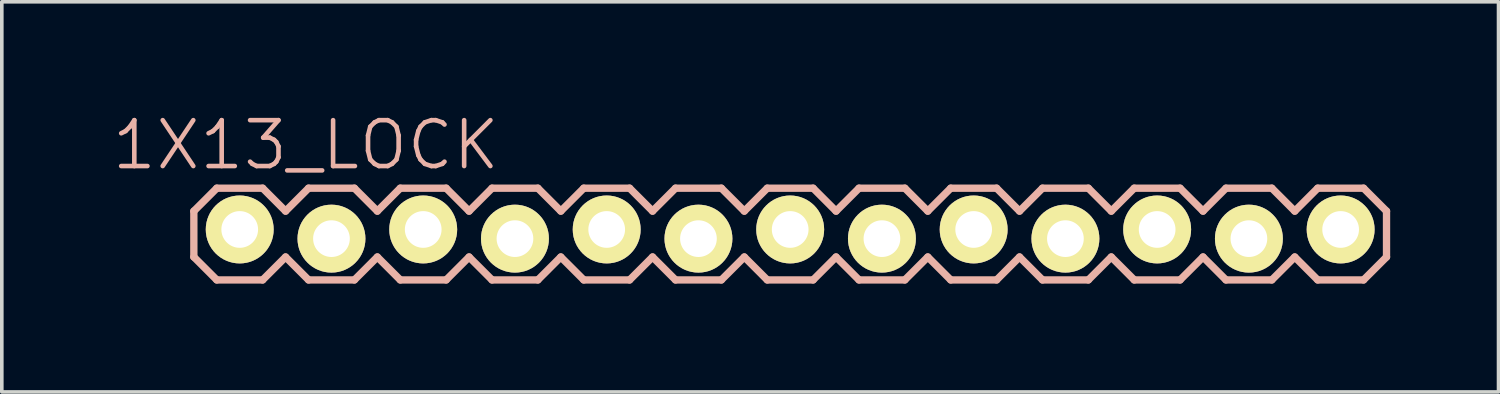
<source format=kicad_pcb>
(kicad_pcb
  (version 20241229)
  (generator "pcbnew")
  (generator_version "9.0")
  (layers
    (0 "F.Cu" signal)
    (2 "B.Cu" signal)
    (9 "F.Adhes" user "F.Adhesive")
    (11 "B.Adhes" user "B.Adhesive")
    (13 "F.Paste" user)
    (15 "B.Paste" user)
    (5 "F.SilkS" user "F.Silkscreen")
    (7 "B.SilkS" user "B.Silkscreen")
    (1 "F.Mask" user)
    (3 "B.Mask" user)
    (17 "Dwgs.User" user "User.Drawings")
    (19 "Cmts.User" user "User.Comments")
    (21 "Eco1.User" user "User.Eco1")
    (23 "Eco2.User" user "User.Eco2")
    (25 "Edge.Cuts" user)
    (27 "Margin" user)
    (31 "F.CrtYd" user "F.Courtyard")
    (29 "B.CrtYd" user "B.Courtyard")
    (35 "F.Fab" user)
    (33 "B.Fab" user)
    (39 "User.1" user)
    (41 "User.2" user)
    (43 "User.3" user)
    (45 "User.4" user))
  (footprint "1X13_LOCK"
    (layer "F.Cu")
    (at 3.587 3.43)
    (property "Reference" "1X13_LOCK" (at 1.829 -2.464 0) (layer "B.SilkS") (effects (font (size 1.27 1.27) (thickness 0.127))))
    (attr exclude_from_pos_files exclude_from_bom)
    (fp_line (start -0.254 -0.254) (end 0.254 -0.254) (stroke (width 0.066) (type solid)) (layer "F.SilkS"))
    (fp_line (start -0.254 0.254) (end -0.254 -0.254) (stroke (width 0.066) (type solid)) (layer "F.SilkS"))
    (fp_line (start -0.254 0.254) (end 0.254 0.254) (stroke (width 0.066) (type solid)) (layer "F.SilkS"))
    (fp_line (start 0.254 0.254) (end 0.254 -0.254) (stroke (width 0.066) (type solid)) (layer "F.SilkS"))
    (fp_line (start 2.286 -0.254) (end 2.794 -0.254) (stroke (width 0.066) (type solid)) (layer "F.SilkS"))
    (fp_line (start 2.286 0.254) (end 2.286 -0.254) (stroke (width 0.066) (type solid)) (layer "F.SilkS"))
    (fp_line (start 2.286 0.254) (end 2.794 0.254) (stroke (width 0.066) (type solid)) (layer "F.SilkS"))
    (fp_line (start 2.794 0.254) (end 2.794 -0.254) (stroke (width 0.066) (type solid)) (layer "F.SilkS"))
    (fp_line (start 4.826 -0.254) (end 5.334 -0.254) (stroke (width 0.066) (type solid)) (layer "F.SilkS"))
    (fp_line (start 4.826 0.254) (end 4.826 -0.254) (stroke (width 0.066) (type solid)) (layer "F.SilkS"))
    (fp_line (start 4.826 0.254) (end 5.334 0.254) (stroke (width 0.066) (type solid)) (layer "F.SilkS"))
    (fp_line (start 5.334 0.254) (end 5.334 -0.254) (stroke (width 0.066) (type solid)) (layer "F.SilkS"))
    (fp_line (start 7.366 -0.254) (end 7.874 -0.254) (stroke (width 0.066) (type solid)) (layer "F.SilkS"))
    (fp_line (start 7.366 0.254) (end 7.366 -0.254) (stroke (width 0.066) (type solid)) (layer "F.SilkS"))
    (fp_line (start 7.366 0.254) (end 7.874 0.254) (stroke (width 0.066) (type solid)) (layer "F.SilkS"))
    (fp_line (start 7.874 0.254) (end 7.874 -0.254) (stroke (width 0.066) (type solid)) (layer "F.SilkS"))
    (fp_line (start 9.906 -0.254) (end 10.414 -0.254) (stroke (width 0.066) (type solid)) (layer "F.SilkS"))
    (fp_line (start 9.906 0.254) (end 9.906 -0.254) (stroke (width 0.066) (type solid)) (layer "F.SilkS"))
    (fp_line (start 9.906 0.254) (end 10.414 0.254) (stroke (width 0.066) (type solid)) (layer "F.SilkS"))
    (fp_line (start 10.414 0.254) (end 10.414 -0.254) (stroke (width 0.066) (type solid)) (layer "F.SilkS"))
    (fp_line (start 12.446 -0.254) (end 12.954 -0.254) (stroke (width 0.066) (type solid)) (layer "F.SilkS"))
    (fp_line (start 12.446 0.254) (end 12.446 -0.254) (stroke (width 0.066) (type solid)) (layer "F.SilkS"))
    (fp_line (start 12.446 0.254) (end 12.954 0.254) (stroke (width 0.066) (type solid)) (layer "F.SilkS"))
    (fp_line (start 12.954 0.254) (end 12.954 -0.254) (stroke (width 0.066) (type solid)) (layer "F.SilkS"))
    (fp_line (start 14.986 -0.254) (end 15.494 -0.254) (stroke (width 0.066) (type solid)) (layer "F.SilkS"))
    (fp_line (start 14.986 0.254) (end 14.986 -0.254) (stroke (width 0.066) (type solid)) (layer "F.SilkS"))
    (fp_line (start 14.986 0.254) (end 15.494 0.254) (stroke (width 0.066) (type solid)) (layer "F.SilkS"))
    (fp_line (start 15.494 0.254) (end 15.494 -0.254) (stroke (width 0.066) (type solid)) (layer "F.SilkS"))
    (fp_line (start 17.523 -0.254) (end 18.034 -0.254) (stroke (width 0.066) (type solid)) (layer "F.SilkS"))
    (fp_line (start 17.523 0.254) (end 17.523 -0.254) (stroke (width 0.066) (type solid)) (layer "F.SilkS"))
    (fp_line (start 17.523 0.254) (end 18.034 0.254) (stroke (width 0.066) (type solid)) (layer "F.SilkS"))
    (fp_line (start 18.034 0.254) (end 18.034 -0.254) (stroke (width 0.066) (type solid)) (layer "F.SilkS"))
    (fp_line (start 20.066 -0.254) (end 20.574 -0.254) (stroke (width 0.066) (type solid)) (layer "F.SilkS"))
    (fp_line (start 20.066 0.254) (end 20.066 -0.254) (stroke (width 0.066) (type solid)) (layer "F.SilkS"))
    (fp_line (start 20.066 0.254) (end 20.574 0.254) (stroke (width 0.066) (type solid)) (layer "F.SilkS"))
    (fp_line (start 20.574 0.254) (end 20.574 -0.254) (stroke (width 0.066) (type solid)) (layer "F.SilkS"))
    (fp_line (start 22.606 -0.254) (end 23.114 -0.254) (stroke (width 0.066) (type solid)) (layer "F.SilkS"))
    (fp_line (start 22.606 0.254) (end 22.606 -0.254) (stroke (width 0.066) (type solid)) (layer "F.SilkS"))
    (fp_line (start 22.606 0.254) (end 23.114 0.254) (stroke (width 0.066) (type solid)) (layer "F.SilkS"))
    (fp_line (start 23.114 0.254) (end 23.114 -0.254) (stroke (width 0.066) (type solid)) (layer "F.SilkS"))
    (fp_line (start 25.146 -0.254) (end 25.654 -0.254) (stroke (width 0.066) (type solid)) (layer "F.SilkS"))
    (fp_line (start 25.146 0.254) (end 25.146 -0.254) (stroke (width 0.066) (type solid)) (layer "F.SilkS"))
    (fp_line (start 25.146 0.254) (end 25.654 0.254) (stroke (width 0.066) (type solid)) (layer "F.SilkS"))
    (fp_line (start 25.654 0.254) (end 25.654 -0.254) (stroke (width 0.066) (type solid)) (layer "F.SilkS"))
    (fp_line (start 27.686 -0.254) (end 28.194 -0.254) (stroke (width 0.066) (type solid)) (layer "F.SilkS"))
    (fp_line (start 27.686 0.254) (end 27.686 -0.254) (stroke (width 0.066) (type solid)) (layer "F.SilkS"))
    (fp_line (start 27.686 0.254) (end 28.194 0.254) (stroke (width 0.066) (type solid)) (layer "F.SilkS"))
    (fp_line (start 28.194 0.254) (end 28.194 -0.254) (stroke (width 0.066) (type solid)) (layer "F.SilkS"))
    (fp_line (start 30.226 -0.254) (end 30.734 -0.254) (stroke (width 0.066) (type solid)) (layer "F.SilkS"))
    (fp_line (start 30.226 0.254) (end 30.226 -0.254) (stroke (width 0.066) (type solid)) (layer "F.SilkS"))
    (fp_line (start 30.226 0.254) (end 30.734 0.254) (stroke (width 0.066) (type solid)) (layer "F.SilkS"))
    (fp_line (start 30.734 0.254) (end 30.734 -0.254) (stroke (width 0.066) (type solid)) (layer "F.SilkS"))
    (fp_line (start -1.27 -0.635) (end -1.27 0.635) (stroke (width 0.203) (type solid)) (layer "B.SilkS"))
    (fp_line (start -1.27 0.635) (end -0.635 1.27) (stroke (width 0.203) (type solid)) (layer "B.SilkS"))
    (fp_line (start -0.635 -1.27) (end -1.27 -0.635) (stroke (width 0.203) (type solid)) (layer "B.SilkS"))
    (fp_line (start -0.635 -1.27) (end 0.635 -1.27) (stroke (width 0.203) (type solid)) (layer "B.SilkS"))
    (fp_line (start 0.635 -1.27) (end 1.27 -0.635) (stroke (width 0.203) (type solid)) (layer "B.SilkS"))
    (fp_line (start 0.635 1.27) (end -0.635 1.27) (stroke (width 0.203) (type solid)) (layer "B.SilkS"))
    (fp_line (start 1.27 -0.635) (end 1.905 -1.27) (stroke (width 0.203) (type solid)) (layer "B.SilkS"))
    (fp_line (start 1.27 0.635) (end 0.635 1.27) (stroke (width 0.203) (type solid)) (layer "B.SilkS"))
    (fp_line (start 1.905 -1.27) (end 3.175 -1.27) (stroke (width 0.203) (type solid)) (layer "B.SilkS"))
    (fp_line (start 1.905 1.27) (end 1.27 0.635) (stroke (width 0.203) (type solid)) (layer "B.SilkS"))
    (fp_line (start 3.175 -1.27) (end 3.81 -0.635) (stroke (width 0.203) (type solid)) (layer "B.SilkS"))
    (fp_line (start 3.175 1.27) (end 1.905 1.27) (stroke (width 0.203) (type solid)) (layer "B.SilkS"))
    (fp_line (start 3.81 -0.635) (end 4.445 -1.27) (stroke (width 0.203) (type solid)) (layer "B.SilkS"))
    (fp_line (start 3.81 0.635) (end 3.175 1.27) (stroke (width 0.203) (type solid)) (layer "B.SilkS"))
    (fp_line (start 4.445 -1.27) (end 5.715 -1.27) (stroke (width 0.203) (type solid)) (layer "B.SilkS"))
    (fp_line (start 4.445 1.27) (end 3.81 0.635) (stroke (width 0.203) (type solid)) (layer "B.SilkS"))
    (fp_line (start 5.715 -1.27) (end 6.35 -0.635) (stroke (width 0.203) (type solid)) (layer "B.SilkS"))
    (fp_line (start 5.715 1.27) (end 4.445 1.27) (stroke (width 0.203) (type solid)) (layer "B.SilkS"))
    (fp_line (start 6.35 0.635) (end 5.715 1.27) (stroke (width 0.203) (type solid)) (layer "B.SilkS"))
    (fp_line (start 6.35 0.635) (end 6.985 1.27) (stroke (width 0.203) (type solid)) (layer "B.SilkS"))
    (fp_line (start 6.985 -1.27) (end 6.35 -0.635) (stroke (width 0.203) (type solid)) (layer "B.SilkS"))
    (fp_line (start 6.985 -1.27) (end 8.255 -1.27) (stroke (width 0.203) (type solid)) (layer "B.SilkS"))
    (fp_line (start 8.255 -1.27) (end 8.89 -0.635) (stroke (width 0.203) (type solid)) (layer "B.SilkS"))
    (fp_line (start 8.255 1.27) (end 6.985 1.27) (stroke (width 0.203) (type solid)) (layer "B.SilkS"))
    (fp_line (start 8.89 -0.635) (end 9.525 -1.27) (stroke (width 0.203) (type solid)) (layer "B.SilkS"))
    (fp_line (start 8.89 0.635) (end 8.255 1.27) (stroke (width 0.203) (type solid)) (layer "B.SilkS"))
    (fp_line (start 9.525 -1.27) (end 10.795 -1.27) (stroke (width 0.203) (type solid)) (layer "B.SilkS"))
    (fp_line (start 9.525 1.27) (end 8.89 0.635) (stroke (width 0.203) (type solid)) (layer "B.SilkS"))
    (fp_line (start 10.795 -1.27) (end 11.43 -0.635) (stroke (width 0.203) (type solid)) (layer "B.SilkS"))
    (fp_line (start 10.795 1.27) (end 9.525 1.27) (stroke (width 0.203) (type solid)) (layer "B.SilkS"))
    (fp_line (start 11.43 -0.635) (end 12.065 -1.27) (stroke (width 0.203) (type solid)) (layer "B.SilkS"))
    (fp_line (start 11.43 0.635) (end 10.795 1.27) (stroke (width 0.203) (type solid)) (layer "B.SilkS"))
    (fp_line (start 12.065 -1.27) (end 13.335 -1.27) (stroke (width 0.203) (type solid)) (layer "B.SilkS"))
    (fp_line (start 12.065 1.27) (end 11.43 0.635) (stroke (width 0.203) (type solid)) (layer "B.SilkS"))
    (fp_line (start 13.335 -1.27) (end 13.97 -0.635) (stroke (width 0.203) (type solid)) (layer "B.SilkS"))
    (fp_line (start 13.335 1.27) (end 12.065 1.27) (stroke (width 0.203) (type solid)) (layer "B.SilkS"))
    (fp_line (start 13.97 0.635) (end 13.335 1.27) (stroke (width 0.203) (type solid)) (layer "B.SilkS"))
    (fp_line (start 13.97 0.635) (end 14.605 1.27) (stroke (width 0.203) (type solid)) (layer "B.SilkS"))
    (fp_line (start 14.605 -1.27) (end 13.97 -0.635) (stroke (width 0.203) (type solid)) (layer "B.SilkS"))
    (fp_line (start 14.605 -1.27) (end 15.875 -1.27) (stroke (width 0.203) (type solid)) (layer "B.SilkS"))
    (fp_line (start 15.875 -1.27) (end 16.51 -0.635) (stroke (width 0.203) (type solid)) (layer "B.SilkS"))
    (fp_line (start 15.875 1.27) (end 14.605 1.27) (stroke (width 0.203) (type solid)) (layer "B.SilkS"))
    (fp_line (start 16.51 0.635) (end 15.875 1.27) (stroke (width 0.203) (type solid)) (layer "B.SilkS"))
    (fp_line (start 16.51 0.635) (end 17.145 1.27) (stroke (width 0.203) (type solid)) (layer "B.SilkS"))
    (fp_line (start 17.145 -1.27) (end 16.51 -0.635) (stroke (width 0.203) (type solid)) (layer "B.SilkS"))
    (fp_line (start 17.145 -1.27) (end 18.415 -1.27) (stroke (width 0.203) (type solid)) (layer "B.SilkS"))
    (fp_line (start 18.415 -1.27) (end 19.05 -0.635) (stroke (width 0.203) (type solid)) (layer "B.SilkS"))
    (fp_line (start 18.415 1.27) (end 17.145 1.27) (stroke (width 0.203) (type solid)) (layer "B.SilkS"))
    (fp_line (start 19.05 0.635) (end 18.415 1.27) (stroke (width 0.203) (type solid)) (layer "B.SilkS"))
    (fp_line (start 19.05 0.635) (end 19.685 1.27) (stroke (width 0.203) (type solid)) (layer "B.SilkS"))
    (fp_line (start 19.685 -1.27) (end 19.05 -0.635) (stroke (width 0.203) (type solid)) (layer "B.SilkS"))
    (fp_line (start 19.685 -1.27) (end 20.955 -1.27) (stroke (width 0.203) (type solid)) (layer "B.SilkS"))
    (fp_line (start 20.955 -1.27) (end 21.59 -0.635) (stroke (width 0.203) (type solid)) (layer "B.SilkS"))
    (fp_line (start 20.955 1.27) (end 19.685 1.27) (stroke (width 0.203) (type solid)) (layer "B.SilkS"))
    (fp_line (start 21.59 0.635) (end 20.955 1.27) (stroke (width 0.203) (type solid)) (layer "B.SilkS"))
    (fp_line (start 21.59 0.635) (end 22.225 1.27) (stroke (width 0.203) (type solid)) (layer "B.SilkS"))
    (fp_line (start 22.225 -1.27) (end 21.59 -0.635) (stroke (width 0.203) (type solid)) (layer "B.SilkS"))
    (fp_line (start 22.225 -1.27) (end 23.495 -1.27) (stroke (width 0.203) (type solid)) (layer "B.SilkS"))
    (fp_line (start 23.495 -1.27) (end 24.13 -0.635) (stroke (width 0.203) (type solid)) (layer "B.SilkS"))
    (fp_line (start 23.495 1.27) (end 22.225 1.27) (stroke (width 0.203) (type solid)) (layer "B.SilkS"))
    (fp_line (start 24.13 0.635) (end 23.495 1.27) (stroke (width 0.203) (type solid)) (layer "B.SilkS"))
    (fp_line (start 24.13 0.635) (end 24.765 1.27) (stroke (width 0.203) (type solid)) (layer "B.SilkS"))
    (fp_line (start 24.765 -1.27) (end 24.13 -0.635) (stroke (width 0.203) (type solid)) (layer "B.SilkS"))
    (fp_line (start 24.765 -1.27) (end 26.035 -1.27) (stroke (width 0.203) (type solid)) (layer "B.SilkS"))
    (fp_line (start 26.035 -1.27) (end 26.67 -0.635) (stroke (width 0.203) (type solid)) (layer "B.SilkS"))
    (fp_line (start 26.035 1.27) (end 24.765 1.27) (stroke (width 0.203) (type solid)) (layer "B.SilkS"))
    (fp_line (start 26.67 0.635) (end 26.035 1.27) (stroke (width 0.203) (type solid)) (layer "B.SilkS"))
    (fp_line (start 26.67 0.635) (end 27.305 1.27) (stroke (width 0.203) (type solid)) (layer "B.SilkS"))
    (fp_line (start 27.305 -1.27) (end 26.67 -0.635) (stroke (width 0.203) (type solid)) (layer "B.SilkS"))
    (fp_line (start 27.305 -1.27) (end 28.575 -1.27) (stroke (width 0.203) (type solid)) (layer "B.SilkS"))
    (fp_line (start 28.575 -1.27) (end 29.21 -0.635) (stroke (width 0.203) (type solid)) (layer "B.SilkS"))
    (fp_line (start 28.575 1.27) (end 27.305 1.27) (stroke (width 0.203) (type solid)) (layer "B.SilkS"))
    (fp_line (start 29.21 0.635) (end 28.575 1.27) (stroke (width 0.203) (type solid)) (layer "B.SilkS"))
    (fp_line (start 29.21 0.635) (end 29.845 1.27) (stroke (width 0.203) (type solid)) (layer "B.SilkS"))
    (fp_line (start 29.845 -1.27) (end 29.21 -0.635) (stroke (width 0.203) (type solid)) (layer "B.SilkS"))
    (fp_line (start 29.845 -1.27) (end 31.115 -1.27) (stroke (width 0.203) (type solid)) (layer "B.SilkS"))
    (fp_line (start 31.115 -1.27) (end 31.75 -0.635) (stroke (width 0.203) (type solid)) (layer "B.SilkS"))
    (fp_line (start 31.115 1.27) (end 29.845 1.27) (stroke (width 0.203) (type solid)) (layer "B.SilkS"))
    (fp_line (start 31.75 -0.635) (end 31.75 0.635) (stroke (width 0.203) (type solid)) (layer "B.SilkS"))
    (fp_line (start 31.75 0.635) (end 31.115 1.27) (stroke (width 0.203) (type solid)) (layer "B.SilkS"))
    (pad "1" thru_hole circle (at 0 -0.127) (size 1.88 1.88) (drill 1.016) (layers "*.Cu" "F.Mask" "F.SilkS" "F.Paste"))
    (pad "2" thru_hole circle (at 2.54 0.127) (size 1.88 1.88) (drill 1.016) (layers "*.Cu" "F.Mask" "F.SilkS" "F.Paste"))
    (pad "3" thru_hole circle (at 5.08 -0.127) (size 1.88 1.88) (drill 1.016) (layers "*.Cu" "F.Mask" "F.SilkS" "F.Paste"))
    (pad "4" thru_hole circle (at 7.62 0.127) (size 1.88 1.88) (drill 1.016) (layers "*.Cu" "F.Mask" "F.SilkS" "F.Paste"))
    (pad "5" thru_hole circle (at 10.16 -0.127) (size 1.88 1.88) (drill 1.016) (layers "*.Cu" "F.Mask" "F.SilkS" "F.Paste"))
    (pad "6" thru_hole circle (at 12.7 0.127) (size 1.88 1.88) (drill 1.016) (layers "*.Cu" "F.Mask" "F.SilkS" "F.Paste"))
    (pad "7" thru_hole circle (at 15.24 -0.127) (size 1.88 1.88) (drill 1.016) (layers "*.Cu" "F.Mask" "F.SilkS" "F.Paste"))
    (pad "8" thru_hole circle (at 17.78 0.127) (size 1.88 1.88) (drill 1.016) (layers "*.Cu" "F.Mask" "F.SilkS" "F.Paste"))
    (pad "9" thru_hole circle (at 20.32 -0.127) (size 1.88 1.88) (drill 1.016) (layers "*.Cu" "F.Mask" "F.SilkS" "F.Paste"))
    (pad "10" thru_hole circle (at 22.86 0.127) (size 1.88 1.88) (drill 1.016) (layers "*.Cu" "F.Mask" "F.SilkS" "F.Paste"))
    (pad "11" thru_hole circle (at 25.4 -0.127) (size 1.88 1.88) (drill 1.016) (layers "*.Cu" "F.Mask" "F.SilkS" "F.Paste"))
    (pad "12" thru_hole circle (at 27.94 0.127) (size 1.88 1.88) (drill 1.016) (layers "*.Cu" "F.Mask" "F.SilkS" "F.Paste"))
    (pad "13" thru_hole circle (at 30.48 -0.127) (size 1.88 1.88) (drill 1.016) (layers "*.Cu" "F.Mask" "F.SilkS" "F.Paste")))
  (gr_rect
    (start -3 -3)
    (end 38.438 7.801)
    (stroke (width 0.1) (type default))
    (fill no)
    (layer "Edge.Cuts")))
</source>
